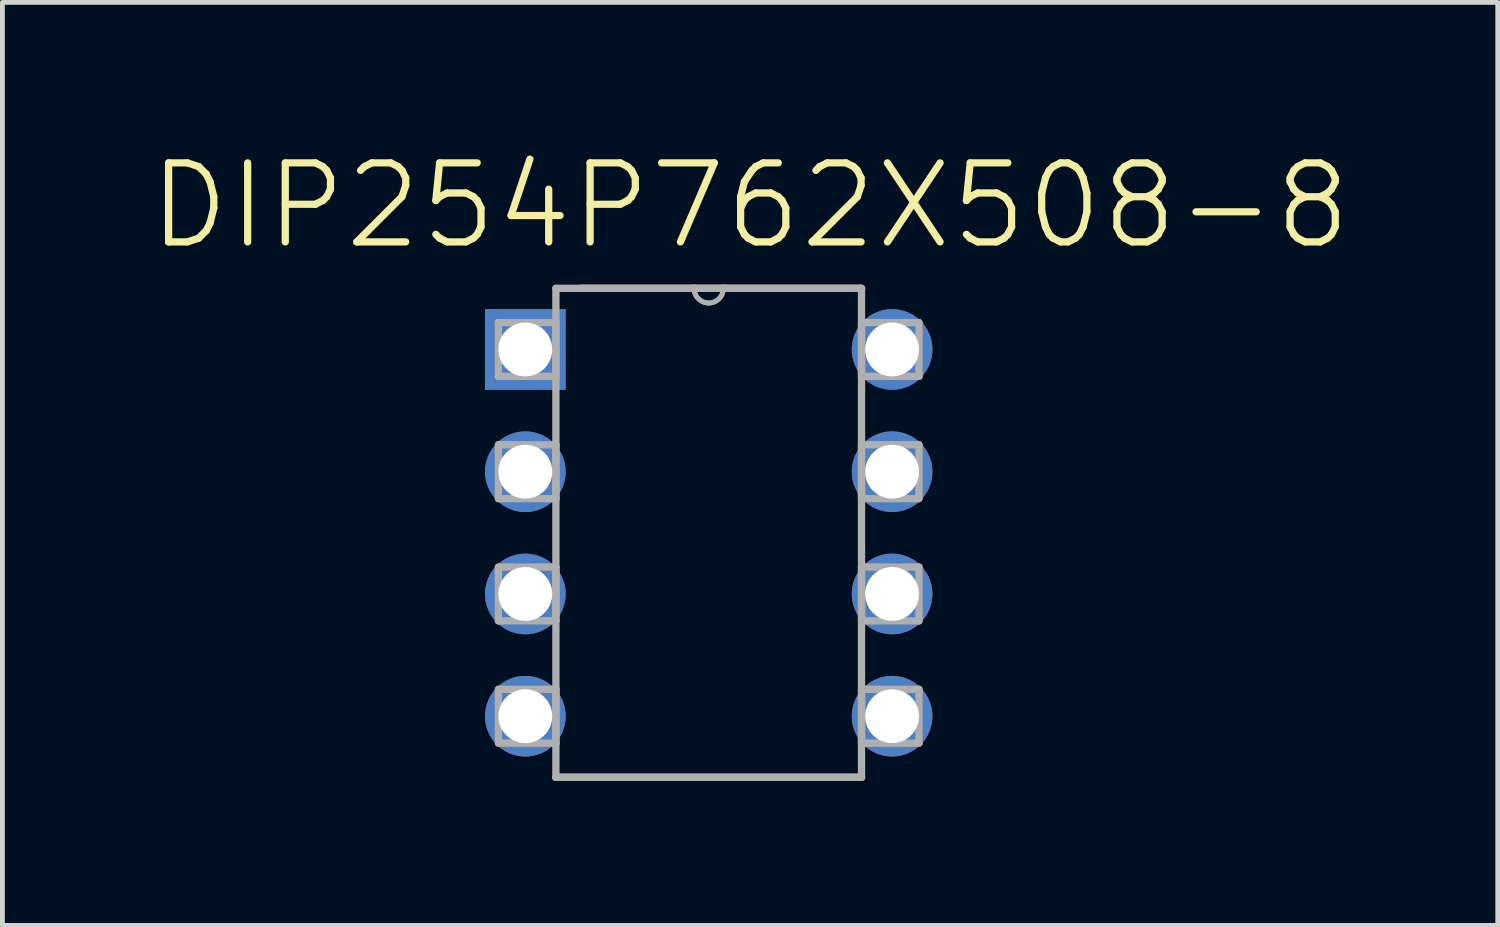
<source format=kicad_pcb>
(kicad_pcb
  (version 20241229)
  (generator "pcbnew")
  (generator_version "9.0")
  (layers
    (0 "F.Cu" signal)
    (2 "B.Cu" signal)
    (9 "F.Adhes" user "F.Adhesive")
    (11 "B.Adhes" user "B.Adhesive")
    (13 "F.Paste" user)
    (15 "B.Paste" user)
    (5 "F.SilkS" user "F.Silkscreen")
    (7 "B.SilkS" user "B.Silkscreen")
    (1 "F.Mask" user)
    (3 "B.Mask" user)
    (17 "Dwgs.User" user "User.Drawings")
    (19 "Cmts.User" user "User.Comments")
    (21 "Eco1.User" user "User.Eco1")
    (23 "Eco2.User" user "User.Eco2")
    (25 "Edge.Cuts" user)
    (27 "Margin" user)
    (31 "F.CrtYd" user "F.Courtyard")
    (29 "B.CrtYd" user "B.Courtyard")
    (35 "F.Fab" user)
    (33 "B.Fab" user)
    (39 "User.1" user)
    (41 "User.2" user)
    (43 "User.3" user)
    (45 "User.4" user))
  (footprint "DIP254P762X508-8"
    (layer "F.Cu")
    (at 15.485 11.831)
    (property "Reference" "DIP254P762X508-8" (at -2.951 -10.607 0) (layer "F.SilkS") (effects (font (size 1.642 1.642) (thickness 0.15))))
    (attr through_hole)
    (fp_line (start -6.985 1.27) (end -0.635 1.27) (stroke (width 0.152) (type solid)) (layer "F.SilkS"))
    (fp_line (start -4.115 -8.89) (end -6.477 -8.89) (stroke (width 0.152) (type solid)) (layer "F.SilkS"))
    (fp_line (start -3.505 -8.89) (end -4.115 -8.89) (stroke (width 0.152) (type solid)) (layer "F.SilkS"))
    (fp_line (start -0.635 -8.89) (end -3.505 -8.89) (stroke (width 0.152) (type solid)) (layer "F.SilkS"))
    (fp_arc (start -3.5052 -8.89) (mid -3.81 -8.5852) (end -4.1148 -8.89) (stroke (width 0.1) (type solid)) (layer "F.SilkS"))
    (fp_line (start -8.179 -8.179) (end -8.179 -7.061) (stroke (width 0.152) (type solid)) (layer "F.Fab"))
    (fp_line (start -8.179 -7.061) (end -6.985 -7.061) (stroke (width 0.152) (type solid)) (layer "F.Fab"))
    (fp_line (start -8.179 -5.639) (end -8.179 -4.521) (stroke (width 0.152) (type solid)) (layer "F.Fab"))
    (fp_line (start -8.179 -4.521) (end -6.985 -4.521) (stroke (width 0.152) (type solid)) (layer "F.Fab"))
    (fp_line (start -8.179 -3.099) (end -8.179 -1.981) (stroke (width 0.152) (type solid)) (layer "F.Fab"))
    (fp_line (start -8.179 -1.981) (end -6.985 -1.981) (stroke (width 0.152) (type solid)) (layer "F.Fab"))
    (fp_line (start -8.179 -0.559) (end -8.179 0.559) (stroke (width 0.152) (type solid)) (layer "F.Fab"))
    (fp_line (start -8.179 0.559) (end -6.985 0.559) (stroke (width 0.152) (type solid)) (layer "F.Fab"))
    (fp_line (start -6.985 -8.89) (end -6.985 1.27) (stroke (width 0.152) (type solid)) (layer "F.Fab"))
    (fp_line (start -6.985 -8.179) (end -8.179 -8.179) (stroke (width 0.152) (type solid)) (layer "F.Fab"))
    (fp_line (start -6.985 -7.061) (end -6.985 -8.179) (stroke (width 0.152) (type solid)) (layer "F.Fab"))
    (fp_line (start -6.985 -5.639) (end -8.179 -5.639) (stroke (width 0.152) (type solid)) (layer "F.Fab"))
    (fp_line (start -6.985 -4.521) (end -6.985 -5.639) (stroke (width 0.152) (type solid)) (layer "F.Fab"))
    (fp_line (start -6.985 -3.099) (end -8.179 -3.099) (stroke (width 0.152) (type solid)) (layer "F.Fab"))
    (fp_line (start -6.985 -1.981) (end -6.985 -3.099) (stroke (width 0.152) (type solid)) (layer "F.Fab"))
    (fp_line (start -6.985 -0.559) (end -8.179 -0.559) (stroke (width 0.152) (type solid)) (layer "F.Fab"))
    (fp_line (start -6.985 0.559) (end -6.985 -0.559) (stroke (width 0.152) (type solid)) (layer "F.Fab"))
    (fp_line (start -6.985 1.27) (end -0.635 1.27) (stroke (width 0.152) (type solid)) (layer "F.Fab"))
    (fp_line (start -4.115 -8.89) (end -6.985 -8.89) (stroke (width 0.152) (type solid)) (layer "F.Fab"))
    (fp_line (start -3.505 -8.89) (end -4.115 -8.89) (stroke (width 0.152) (type solid)) (layer "F.Fab"))
    (fp_line (start -0.635 -8.89) (end -3.505 -8.89) (stroke (width 0.152) (type solid)) (layer "F.Fab"))
    (fp_line (start -0.635 -8.179) (end -0.635 -7.061) (stroke (width 0.152) (type solid)) (layer "F.Fab"))
    (fp_line (start -0.635 -7.061) (end 0.559 -7.061) (stroke (width 0.152) (type solid)) (layer "F.Fab"))
    (fp_line (start -0.635 -5.639) (end -0.635 -4.521) (stroke (width 0.152) (type solid)) (layer "F.Fab"))
    (fp_line (start -0.635 -4.521) (end 0.559 -4.521) (stroke (width 0.152) (type solid)) (layer "F.Fab"))
    (fp_line (start -0.635 -3.099) (end -0.635 -1.981) (stroke (width 0.152) (type solid)) (layer "F.Fab"))
    (fp_line (start -0.635 -1.981) (end 0.559 -1.981) (stroke (width 0.152) (type solid)) (layer "F.Fab"))
    (fp_line (start -0.635 -0.559) (end -0.635 0.559) (stroke (width 0.152) (type solid)) (layer "F.Fab"))
    (fp_line (start -0.635 0.559) (end 0.559 0.559) (stroke (width 0.152) (type solid)) (layer "F.Fab"))
    (fp_line (start -0.635 1.27) (end -0.635 -8.89) (stroke (width 0.152) (type solid)) (layer "F.Fab"))
    (fp_line (start 0.559 -8.179) (end -0.635 -8.179) (stroke (width 0.152) (type solid)) (layer "F.Fab"))
    (fp_line (start 0.559 -7.061) (end 0.559 -8.179) (stroke (width 0.152) (type solid)) (layer "F.Fab"))
    (fp_line (start 0.559 -5.639) (end -0.635 -5.639) (stroke (width 0.152) (type solid)) (layer "F.Fab"))
    (fp_line (start 0.559 -4.521) (end 0.559 -5.639) (stroke (width 0.152) (type solid)) (layer "F.Fab"))
    (fp_line (start 0.559 -3.099) (end -0.635 -3.099) (stroke (width 0.152) (type solid)) (layer "F.Fab"))
    (fp_line (start 0.559 -1.981) (end 0.559 -3.099) (stroke (width 0.152) (type solid)) (layer "F.Fab"))
    (fp_line (start 0.559 -0.559) (end -0.635 -0.559) (stroke (width 0.152) (type solid)) (layer "F.Fab"))
    (fp_line (start 0.559 0.559) (end 0.559 -0.559) (stroke (width 0.152) (type solid)) (layer "F.Fab"))
    (fp_arc (start -3.5052 -8.89) (mid -3.81 -8.5852) (end -4.1148 -8.89) (stroke (width 0.1) (type solid)) (layer "F.Fab"))
    (pad "1" thru_hole rect (at -7.62 -7.62) (size 1.676 1.676) (drill 1.118) (layers "*.Cu" "*.Mask"))
    (pad "2" thru_hole circle (at -7.62 -5.08) (size 1.676 1.676) (drill 1.118) (layers "*.Cu" "*.Mask"))
    (pad "3" thru_hole circle (at -7.62 -2.54) (size 1.676 1.676) (drill 1.118) (layers "*.Cu" "*.Mask"))
    (pad "4" thru_hole circle (at -7.62 0) (size 1.676 1.676) (drill 1.118) (layers "*.Cu" "*.Mask"))
    (pad "5" thru_hole circle (at 0 0) (size 1.676 1.676) (drill 1.118) (layers "*.Cu" "*.Mask"))
    (pad "6" thru_hole circle (at 0 -2.54) (size 1.676 1.676) (drill 1.118) (layers "*.Cu" "*.Mask"))
    (pad "7" thru_hole circle (at 0 -5.08) (size 1.676 1.676) (drill 1.118) (layers "*.Cu" "*.Mask"))
    (pad "8" thru_hole circle (at 0 -7.62) (size 1.676 1.676) (drill 1.118) (layers "*.Cu" "*.Mask")))
  (gr_rect
    (start -3 -3)
    (end 28.069 16.177)
    (stroke (width 0.1) (type default))
    (fill no)
    (layer "Edge.Cuts")))
</source>
